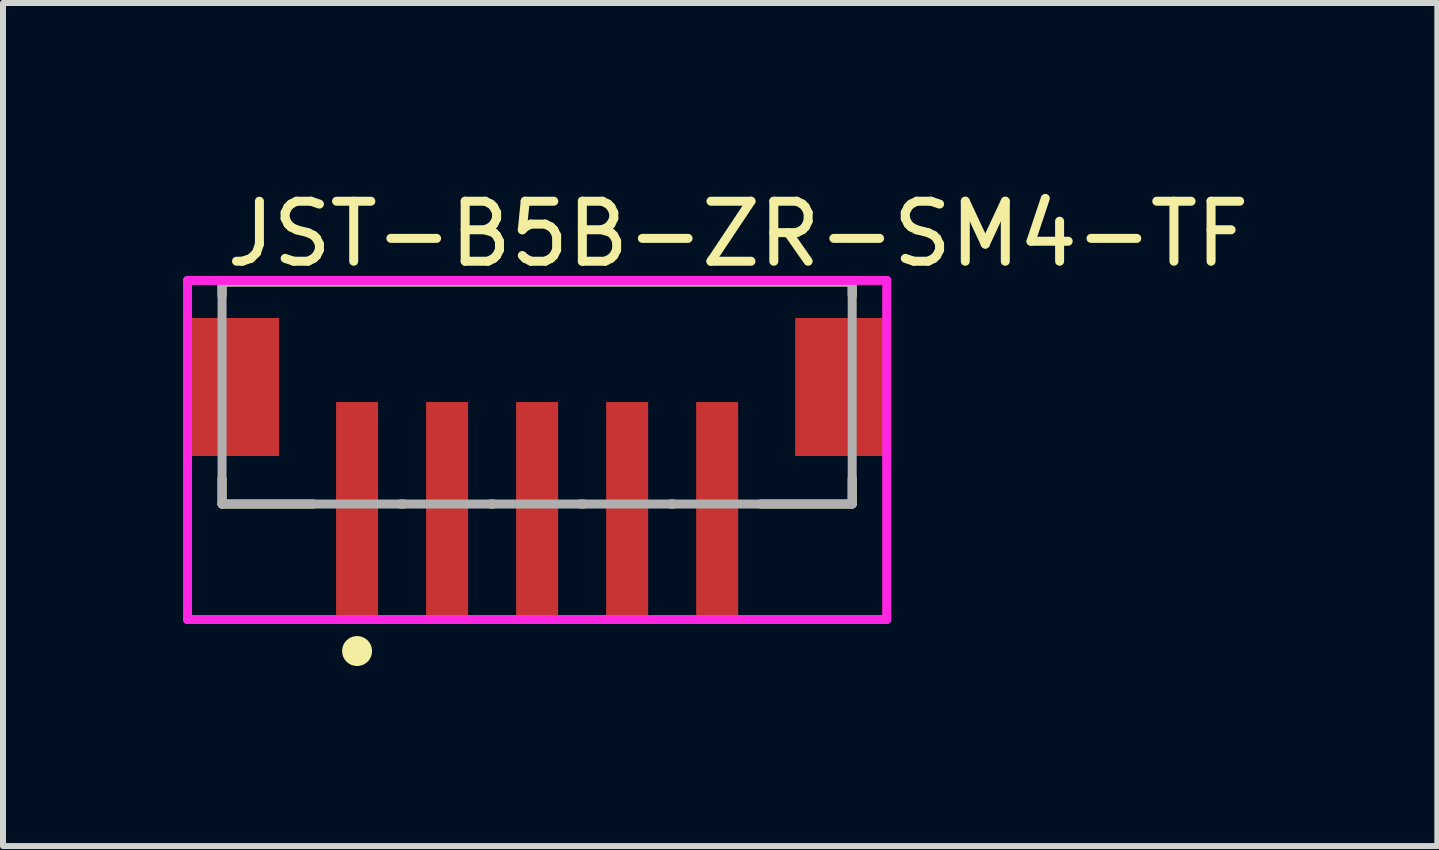
<source format=kicad_pcb>
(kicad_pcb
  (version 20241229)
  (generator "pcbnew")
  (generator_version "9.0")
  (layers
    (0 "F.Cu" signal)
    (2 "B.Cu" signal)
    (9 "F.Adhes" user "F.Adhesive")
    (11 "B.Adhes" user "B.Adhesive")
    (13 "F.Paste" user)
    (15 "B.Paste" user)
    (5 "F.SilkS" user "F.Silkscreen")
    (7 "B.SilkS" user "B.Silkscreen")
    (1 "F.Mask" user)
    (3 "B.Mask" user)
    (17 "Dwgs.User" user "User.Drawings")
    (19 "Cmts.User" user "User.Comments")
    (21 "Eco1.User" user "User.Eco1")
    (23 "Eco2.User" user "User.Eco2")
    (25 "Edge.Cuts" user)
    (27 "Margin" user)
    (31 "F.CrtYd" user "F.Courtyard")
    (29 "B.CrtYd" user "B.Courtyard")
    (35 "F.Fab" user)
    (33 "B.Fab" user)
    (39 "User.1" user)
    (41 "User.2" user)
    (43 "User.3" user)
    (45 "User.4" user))
  (footprint "JST-B5B-ZR-SM4-TF"
    (layer "F.Cu")
    (at 5.9 3.498)
    (property "Reference" "JST-B5B-ZR-SM4-TF" (at -5.25 -2.65 0) (layer "F.SilkS") (effects (font (size 1 1) (thickness 0.15)) (justify left)))
    (attr through_hole)
    (fp_line (start -5.25 -1.85) (end 5.25 -1.85) (stroke (width 0.15) (type solid)) (layer "F.SilkS"))
    (fp_line (start -5.25 -1.625) (end -5.25 -1.85) (stroke (width 0.15) (type solid)) (layer "F.SilkS"))
    (fp_line (start -5.25 1.85) (end -5.25 1.425) (stroke (width 0.15) (type solid)) (layer "F.SilkS"))
    (fp_line (start -5.25 1.85) (end -3.725 1.85) (stroke (width 0.15) (type solid)) (layer "F.SilkS"))
    (fp_line (start -2.275 1.85) (end -2.225 1.85) (stroke (width 0.15) (type solid)) (layer "F.SilkS"))
    (fp_line (start -0.775 1.85) (end -0.725 1.85) (stroke (width 0.15) (type solid)) (layer "F.SilkS"))
    (fp_line (start 0.725 1.85) (end 0.775 1.85) (stroke (width 0.15) (type solid)) (layer "F.SilkS"))
    (fp_line (start 2.225 1.85) (end 2.275 1.85) (stroke (width 0.15) (type solid)) (layer "F.SilkS"))
    (fp_line (start 3.725 1.85) (end 5.25 1.85) (stroke (width 0.15) (type solid)) (layer "F.SilkS"))
    (fp_line (start 5.25 -1.625) (end 5.25 -1.85) (stroke (width 0.15) (type solid)) (layer "F.SilkS"))
    (fp_line (start 5.25 1.85) (end 5.25 1.425) (stroke (width 0.15) (type solid)) (layer "F.SilkS"))
    (fp_circle (center -3 4.3) (end -2.875 4.3) (stroke (width 0.25) (type solid)) (fill no) (layer "F.SilkS"))
    (fp_line (start -5.825 -1.875) (end -5.825 3.775) (stroke (width 0.15) (type solid)) (layer "F.CrtYd"))
    (fp_line (start -5.825 3.775) (end 5.825 3.775) (stroke (width 0.15) (type solid)) (layer "F.CrtYd"))
    (fp_line (start 5.825 -1.875) (end -5.825 -1.875) (stroke (width 0.15) (type solid)) (layer "F.CrtYd"))
    (fp_line (start 5.825 -1.875) (end 5.825 -1.875) (stroke (width 0.15) (type solid)) (layer "F.CrtYd"))
    (fp_line (start 5.825 3.775) (end 5.825 -1.875) (stroke (width 0.15) (type solid)) (layer "F.CrtYd"))
    (fp_line (start -5.25 -1.85) (end 5.25 -1.85) (stroke (width 0.15) (type solid)) (layer "F.Fab"))
    (fp_line (start -5.25 1.85) (end -5.25 -1.85) (stroke (width 0.15) (type solid)) (layer "F.Fab"))
    (fp_line (start 5.25 -1.85) (end 5.25 1.85) (stroke (width 0.15) (type solid)) (layer "F.Fab"))
    (fp_line (start 5.25 1.85) (end -5.25 1.85) (stroke (width 0.15) (type solid)) (layer "F.Fab"))
    (pad "1" smd rect (at -3 1.95) (size 0.7 3.6) (layers "F.Cu" "F.Mask" "F.Paste"))
    (pad "2" smd rect (at -1.5 1.95) (size 0.7 3.6) (layers "F.Cu" "F.Mask" "F.Paste"))
    (pad "3" smd rect (at 0 1.95) (size 0.7 3.6) (layers "F.Cu" "F.Mask" "F.Paste"))
    (pad "4" smd rect (at 1.5 1.95) (size 0.7 3.6) (layers "F.Cu" "F.Mask" "F.Paste"))
    (pad "5" smd rect (at 3 1.95) (size 0.7 3.6) (layers "F.Cu" "F.Mask" "F.Paste"))
    (pad "6" smd rect (at -5.05 -0.1) (size 1.5 2.3) (layers "F.Cu" "F.Mask" "F.Paste"))
    (pad "7" smd rect (at 5.05 -0.1) (size 1.5 2.3) (layers "F.Cu" "F.Mask" "F.Paste")))
  (gr_rect
    (start -3 -3)
    (end 20.9 11.048)
    (stroke (width 0.1) (type default))
    (fill no)
    (layer "Edge.Cuts")))
</source>
